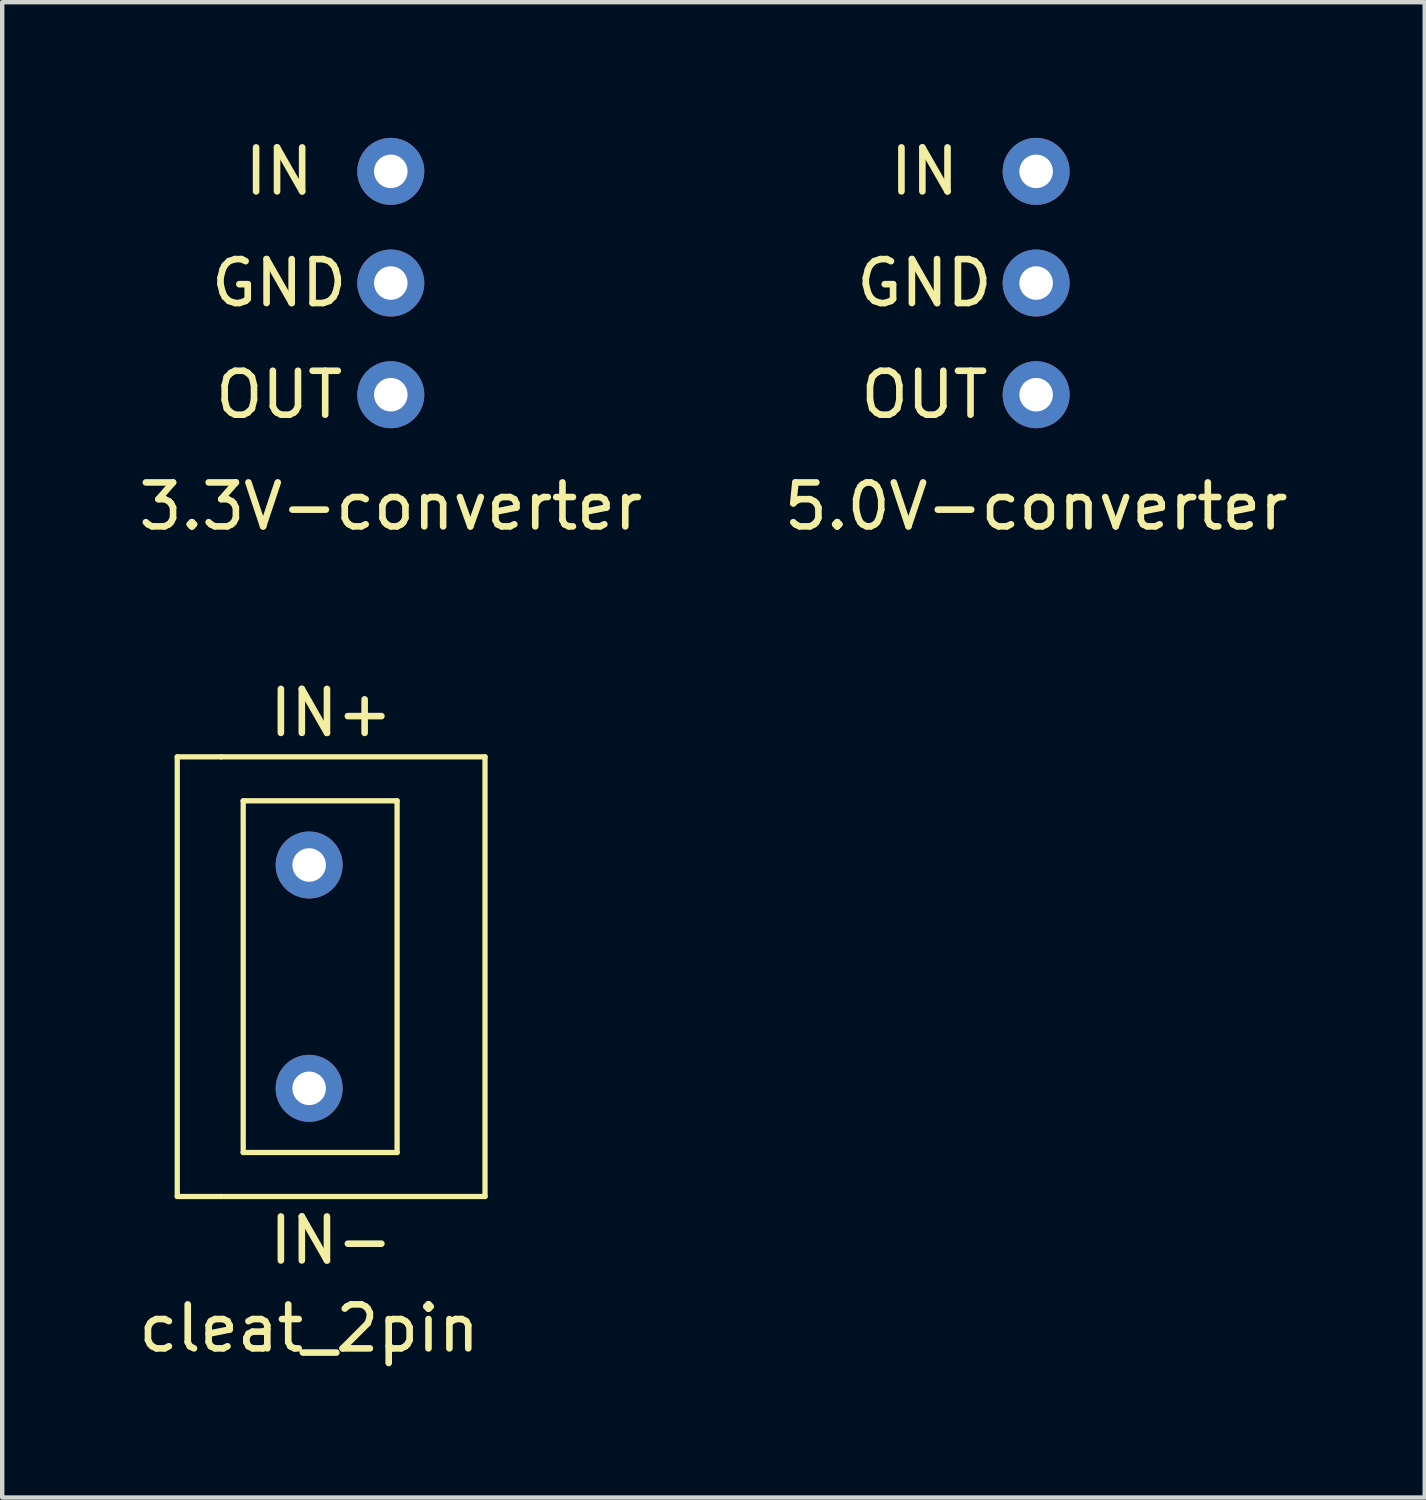
<source format=kicad_pcb>
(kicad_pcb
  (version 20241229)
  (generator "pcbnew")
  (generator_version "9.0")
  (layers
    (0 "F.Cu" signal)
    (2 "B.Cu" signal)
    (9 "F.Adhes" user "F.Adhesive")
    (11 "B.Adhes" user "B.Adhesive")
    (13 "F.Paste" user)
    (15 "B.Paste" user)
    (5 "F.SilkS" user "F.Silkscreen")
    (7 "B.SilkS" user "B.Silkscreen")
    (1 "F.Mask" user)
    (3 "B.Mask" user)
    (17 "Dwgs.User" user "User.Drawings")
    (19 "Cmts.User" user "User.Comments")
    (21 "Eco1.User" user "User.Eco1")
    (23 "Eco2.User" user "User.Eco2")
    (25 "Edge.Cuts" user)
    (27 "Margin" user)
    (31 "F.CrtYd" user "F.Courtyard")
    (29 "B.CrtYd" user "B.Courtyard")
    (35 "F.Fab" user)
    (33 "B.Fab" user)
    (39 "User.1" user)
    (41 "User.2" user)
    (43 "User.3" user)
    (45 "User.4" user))
  (footprint "cleat_2pin"
    (layer "F.Cu")
    (at 3.982 19.165)
    (property "Reference" "cleat_2pin" (at 0 8 0) (unlocked yes) (layer "F.SilkS") (effects (font (size 1 1) (thickness 0.15))))
    (attr through_hole)
    (fp_line (start -3 -5) (end -3 5) (stroke (width 0.12) (type solid)) (layer "F.SilkS"))
    (fp_line (start -3 -5) (end -2 -5) (stroke (width 0.12) (type solid)) (layer "F.SilkS"))
    (fp_line (start -3 5) (end -2 5) (stroke (width 0.12) (type solid)) (layer "F.SilkS"))
    (fp_line (start -2 5) (end 4 5) (stroke (width 0.12) (type solid)) (layer "F.SilkS"))
    (fp_line (start -1.5 -4) (end -1.5 4) (stroke (width 0.12) (type solid)) (layer "F.SilkS"))
    (fp_line (start -1.5 4) (end 2 4) (stroke (width 0.12) (type solid)) (layer "F.SilkS"))
    (fp_line (start 2 -4) (end -1.5 -4) (stroke (width 0.12) (type solid)) (layer "F.SilkS"))
    (fp_line (start 2 4) (end 2 -4) (stroke (width 0.12) (type solid)) (layer "F.SilkS"))
    (fp_line (start 4 -5) (end -2 -5) (stroke (width 0.12) (type solid)) (layer "F.SilkS"))
    (fp_line (start 4 5) (end 4 -5) (stroke (width 0.12) (type solid)) (layer "F.SilkS"))
    (fp_text user "IN-" (at 0.5 6 0) (unlocked yes) (layer "F.SilkS") (effects (font (size 1 1) (thickness 0.15))))
    (fp_text user "IN+" (at 0.5 -6 0) (unlocked yes) (layer "F.SilkS") (effects (font (size 1 1) (thickness 0.15))))
    (pad "1" thru_hole circle (at 0 -2.54) (size 1.524 1.524) (drill 0.762) (layers "*.Cu" "*.Mask"))
    (pad "2" thru_hole circle (at 0 2.54) (size 1.524 1.524) (drill 0.762) (layers "*.Cu" "*.Mask")))
  (footprint "5.0V-converter"
    (layer "F.Cu")
    (at 20.518 3.388)
    (property "Reference" "5.0V-converter" (at 0 5.08 0) (unlocked yes) (layer "F.SilkS") (effects (font (size 1 1) (thickness 0.15))))
    (attr through_hole)
    (fp_text user "IN" (at -2.54 -2.54 0) (unlocked yes) (layer "F.SilkS") (effects (font (size 1 1) (thickness 0.15))))
    (fp_text user "GND" (at -2.54 0 0) (unlocked yes) (layer "F.SilkS") (effects (font (size 1 1) (thickness 0.15))))
    (fp_text user "OUT" (at -2.54 2.54 0) (unlocked yes) (layer "F.SilkS") (effects (font (size 1 1) (thickness 0.15))))
    (pad "1" thru_hole circle (at 0 -2.54) (size 1.524 1.524) (drill 0.762) (layers "*.Cu" "*.Mask"))
    (pad "2" thru_hole circle (at 0 0) (size 1.524 1.524) (drill 0.762) (layers "*.Cu" "*.Mask"))
    (pad "3" thru_hole circle (at 0 2.54) (size 1.524 1.524) (drill 0.762) (layers "*.Cu" "*.Mask")))
  (footprint "3.3V-converter"
    (layer "F.Cu")
    (at 5.839 3.388)
    (property "Reference" "3.3V-converter" (at 0 5.08 0) (unlocked yes) (layer "F.SilkS") (effects (font (size 1 1) (thickness 0.15))))
    (attr through_hole)
    (fp_text user "OUT" (at -2.54 2.54 0) (unlocked yes) (layer "F.SilkS") (effects (font (size 1 1) (thickness 0.15))))
    (fp_text user "GND" (at -2.54 0 0) (unlocked yes) (layer "F.SilkS") (effects (font (size 1 1) (thickness 0.15))))
    (fp_text user "IN" (at -2.54 -2.54 0) (unlocked yes) (layer "F.SilkS") (effects (font (size 1 1) (thickness 0.15))))
    (pad "1" thru_hole circle (at 0 -2.54) (size 1.524 1.524) (drill 0.762) (layers "*.Cu" "*.Mask"))
    (pad "2" thru_hole circle (at 0 0) (size 1.524 1.524) (drill 0.762) (layers "*.Cu" "*.Mask"))
    (pad "3" thru_hole circle (at 0 2.54) (size 1.524 1.524) (drill 0.762) (layers "*.Cu" "*.Mask")))
  (gr_rect
    (start -3 -3)
    (end 29.357 31.013)
    (stroke (width 0.1) (type default))
    (fill no)
    (layer "Edge.Cuts")))
</source>
